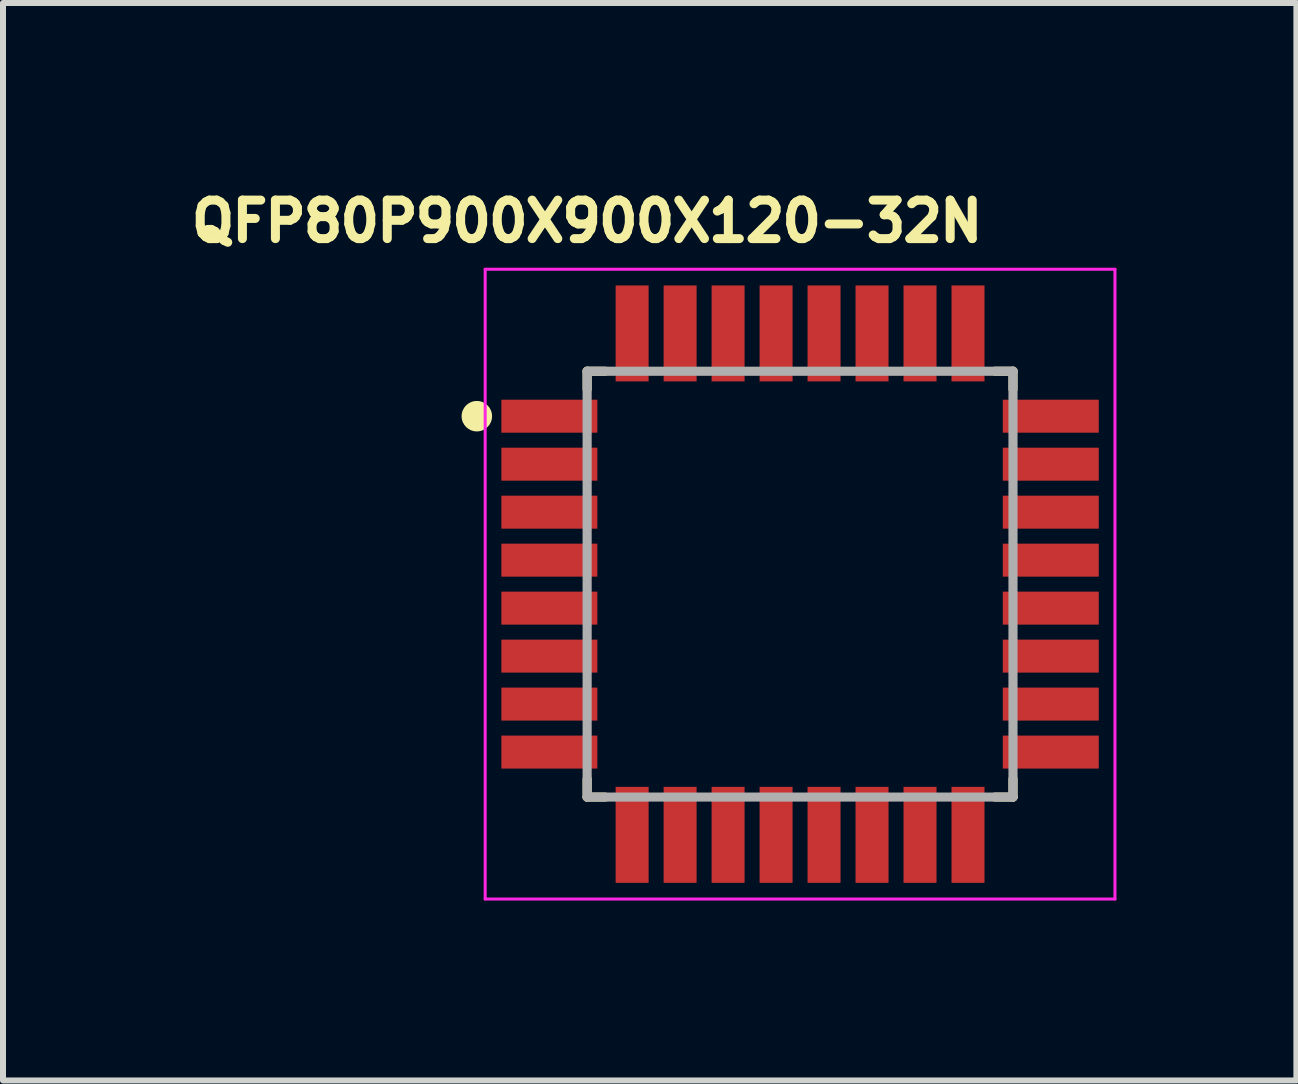
<source format=kicad_pcb>
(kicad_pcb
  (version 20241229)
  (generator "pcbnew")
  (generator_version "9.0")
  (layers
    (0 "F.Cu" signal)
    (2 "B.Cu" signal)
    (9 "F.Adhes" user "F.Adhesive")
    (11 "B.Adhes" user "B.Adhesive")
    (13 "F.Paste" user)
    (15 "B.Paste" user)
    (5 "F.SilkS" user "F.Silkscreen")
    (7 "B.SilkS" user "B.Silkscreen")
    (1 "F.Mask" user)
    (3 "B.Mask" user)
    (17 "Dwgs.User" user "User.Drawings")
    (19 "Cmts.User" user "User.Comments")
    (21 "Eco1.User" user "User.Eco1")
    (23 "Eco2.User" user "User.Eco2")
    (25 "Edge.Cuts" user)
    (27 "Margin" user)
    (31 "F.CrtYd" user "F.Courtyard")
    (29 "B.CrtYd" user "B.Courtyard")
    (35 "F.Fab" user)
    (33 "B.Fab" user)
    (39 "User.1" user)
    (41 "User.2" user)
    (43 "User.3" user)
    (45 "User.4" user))
  (footprint "QFP80P900X900X120-32N"
    (layer "F.Cu")
    (at 10.289 6.689)
    (property "Reference" "QFP80P900X900X120-32N" (at -3.55 -6.05 0) (layer "F.SilkS") (effects (font (size 0.642 0.642) (thickness 0.15))))
    (attr smd)
    (fp_line (start -3.55 -3.55) (end -3.25 -3.55) (stroke (width 0.152) (type solid)) (layer "F.SilkS"))
    (fp_line (start -3.55 -3.25) (end -3.55 -3.55) (stroke (width 0.152) (type solid)) (layer "F.SilkS"))
    (fp_line (start -3.55 3.25) (end -3.55 3.55) (stroke (width 0.152) (type solid)) (layer "F.SilkS"))
    (fp_line (start -3.55 3.55) (end -3.25 3.55) (stroke (width 0.152) (type solid)) (layer "F.SilkS"))
    (fp_line (start 3.25 -3.55) (end 3.55 -3.55) (stroke (width 0.152) (type solid)) (layer "F.SilkS"))
    (fp_line (start 3.25 3.55) (end 3.55 3.55) (stroke (width 0.152) (type solid)) (layer "F.SilkS"))
    (fp_line (start 3.55 -3.55) (end 3.55 -3.25) (stroke (width 0.152) (type solid)) (layer "F.SilkS"))
    (fp_line (start 3.55 3.55) (end 3.55 3.25) (stroke (width 0.152) (type solid)) (layer "F.SilkS"))
    (fp_circle (center -5.389 -2.8) (end -5.135 -2.8) (stroke (width 0) (type solid)) (fill yes) (layer "F.SilkS"))
    (fp_line (start -5.25 -5.25) (end -5.25 5.25) (stroke (width 0.05) (type solid)) (layer "F.CrtYd"))
    (fp_line (start -5.25 5.25) (end 5.25 5.25) (stroke (width 0.05) (type solid)) (layer "F.CrtYd"))
    (fp_line (start 5.25 -5.25) (end -5.25 -5.25) (stroke (width 0.05) (type solid)) (layer "F.CrtYd"))
    (fp_line (start 5.25 5.25) (end 5.25 -5.25) (stroke (width 0.05) (type solid)) (layer "F.CrtYd"))
    (fp_line (start -3.55 -3.55) (end 3.55 -3.55) (stroke (width 0.152) (type solid)) (layer "F.Fab"))
    (fp_line (start -3.55 3.55) (end -3.55 -3.55) (stroke (width 0.152) (type solid)) (layer "F.Fab"))
    (fp_line (start 3.55 -3.55) (end 3.55 3.55) (stroke (width 0.152) (type solid)) (layer "F.Fab"))
    (fp_line (start 3.55 3.55) (end -3.55 3.55) (stroke (width 0.152) (type solid)) (layer "F.Fab"))
    (pad "1" smd rect (at -4.18 -2.8) (size 1.6 0.55) (layers "F.Cu" "F.Mask" "F.Paste"))
    (pad "2" smd rect (at -4.18 -2) (size 1.6 0.55) (layers "F.Cu" "F.Mask" "F.Paste"))
    (pad "3" smd rect (at -4.18 -1.2) (size 1.6 0.55) (layers "F.Cu" "F.Mask" "F.Paste"))
    (pad "4" smd rect (at -4.18 -0.4) (size 1.6 0.55) (layers "F.Cu" "F.Mask" "F.Paste"))
    (pad "5" smd rect (at -4.18 0.4) (size 1.6 0.55) (layers "F.Cu" "F.Mask" "F.Paste"))
    (pad "6" smd rect (at -4.18 1.2) (size 1.6 0.55) (layers "F.Cu" "F.Mask" "F.Paste"))
    (pad "7" smd rect (at -4.18 2) (size 1.6 0.55) (layers "F.Cu" "F.Mask" "F.Paste"))
    (pad "8" smd rect (at -4.18 2.8) (size 1.6 0.55) (layers "F.Cu" "F.Mask" "F.Paste"))
    (pad "9" smd rect (at -2.8 4.18) (size 0.55 1.6) (layers "F.Cu" "F.Mask" "F.Paste"))
    (pad "10" smd rect (at -2 4.18) (size 0.55 1.6) (layers "F.Cu" "F.Mask" "F.Paste"))
    (pad "11" smd rect (at -1.2 4.18) (size 0.55 1.6) (layers "F.Cu" "F.Mask" "F.Paste"))
    (pad "12" smd rect (at -0.4 4.18) (size 0.55 1.6) (layers "F.Cu" "F.Mask" "F.Paste"))
    (pad "13" smd rect (at 0.4 4.18) (size 0.55 1.6) (layers "F.Cu" "F.Mask" "F.Paste"))
    (pad "14" smd rect (at 1.2 4.18) (size 0.55 1.6) (layers "F.Cu" "F.Mask" "F.Paste"))
    (pad "15" smd rect (at 2 4.18) (size 0.55 1.6) (layers "F.Cu" "F.Mask" "F.Paste"))
    (pad "16" smd rect (at 2.8 4.18) (size 0.55 1.6) (layers "F.Cu" "F.Mask" "F.Paste"))
    (pad "17" smd rect (at 4.18 2.8) (size 1.6 0.55) (layers "F.Cu" "F.Mask" "F.Paste"))
    (pad "18" smd rect (at 4.18 2) (size 1.6 0.55) (layers "F.Cu" "F.Mask" "F.Paste"))
    (pad "19" smd rect (at 4.18 1.2) (size 1.6 0.55) (layers "F.Cu" "F.Mask" "F.Paste"))
    (pad "20" smd rect (at 4.18 0.4) (size 1.6 0.55) (layers "F.Cu" "F.Mask" "F.Paste"))
    (pad "21" smd rect (at 4.18 -0.4) (size 1.6 0.55) (layers "F.Cu" "F.Mask" "F.Paste"))
    (pad "22" smd rect (at 4.18 -1.2) (size 1.6 0.55) (layers "F.Cu" "F.Mask" "F.Paste"))
    (pad "23" smd rect (at 4.18 -2) (size 1.6 0.55) (layers "F.Cu" "F.Mask" "F.Paste"))
    (pad "24" smd rect (at 4.18 -2.8) (size 1.6 0.55) (layers "F.Cu" "F.Mask" "F.Paste"))
    (pad "25" smd rect (at 2.8 -4.18) (size 0.55 1.6) (layers "F.Cu" "F.Mask" "F.Paste"))
    (pad "26" smd rect (at 2 -4.18) (size 0.55 1.6) (layers "F.Cu" "F.Mask" "F.Paste"))
    (pad "27" smd rect (at 1.2 -4.18) (size 0.55 1.6) (layers "F.Cu" "F.Mask" "F.Paste"))
    (pad "28" smd rect (at 0.4 -4.18) (size 0.55 1.6) (layers "F.Cu" "F.Mask" "F.Paste"))
    (pad "29" smd rect (at -0.4 -4.18) (size 0.55 1.6) (layers "F.Cu" "F.Mask" "F.Paste"))
    (pad "30" smd rect (at -1.2 -4.18) (size 0.55 1.6) (layers "F.Cu" "F.Mask" "F.Paste"))
    (pad "31" smd rect (at -2 -4.18) (size 0.55 1.6) (layers "F.Cu" "F.Mask" "F.Paste"))
    (pad "32" smd rect (at -2.8 -4.18) (size 0.55 1.6) (layers "F.Cu" "F.Mask" "F.Paste")))
  (gr_rect
    (start -3 -3)
    (end 18.564 14.964)
    (stroke (width 0.1) (type default))
    (fill no)
    (layer "Edge.Cuts")))
</source>
